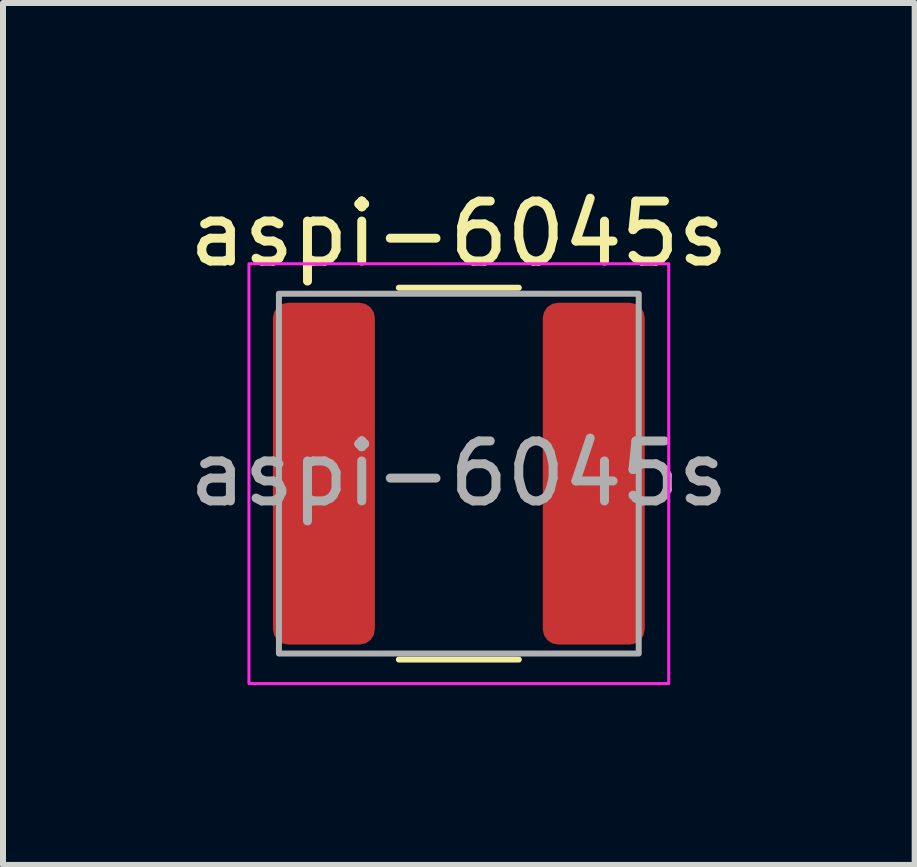
<source format=kicad_pcb>
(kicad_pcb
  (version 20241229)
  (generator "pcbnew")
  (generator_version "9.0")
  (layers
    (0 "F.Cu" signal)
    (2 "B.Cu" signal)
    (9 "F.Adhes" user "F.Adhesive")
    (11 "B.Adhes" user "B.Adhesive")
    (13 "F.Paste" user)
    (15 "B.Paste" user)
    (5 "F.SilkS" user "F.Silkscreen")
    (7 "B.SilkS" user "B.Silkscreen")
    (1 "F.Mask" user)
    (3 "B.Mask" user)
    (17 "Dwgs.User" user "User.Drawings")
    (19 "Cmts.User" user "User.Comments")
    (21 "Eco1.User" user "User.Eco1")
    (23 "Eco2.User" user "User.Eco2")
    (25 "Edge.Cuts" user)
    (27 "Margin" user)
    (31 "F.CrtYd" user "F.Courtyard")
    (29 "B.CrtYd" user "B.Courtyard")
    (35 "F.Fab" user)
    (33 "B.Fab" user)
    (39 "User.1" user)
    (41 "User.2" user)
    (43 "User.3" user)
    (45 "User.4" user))
  (footprint "aspi-6045s"
    (layer "F.Cu")
    (at 4.601 4.848)
    (property "Reference" "aspi-6045s" (at 0 -4 0) (unlocked yes) (layer "F.SilkS") (effects (font (size 1 1) (thickness 0.15))))
    (attr smd)
    (fp_line (start -1 -3.1) (end 1 -3.1) (stroke (width 0.1) (type default)) (layer "F.SilkS"))
    (fp_line (start -1 3.1) (end 1 3.1) (stroke (width 0.1) (type default)) (layer "F.SilkS"))
    (fp_rect (start -3.5 -3.5) (end 3.5 3.5) (stroke (width 0.05) (type solid)) (fill no) (layer "F.CrtYd"))
    (fp_rect (start -3 -3) (end 3 3) (stroke (width 0.1) (type solid)) (fill no) (layer "F.Fab"))
    (fp_text user "${REFERENCE}" (at 0 0 0) (unlocked yes) (layer "F.Fab") (effects (font (size 1 1) (thickness 0.15))))
    (pad "1" smd roundrect (at -2.25 0) (size 1.7 5.7) (layers "F.Cu" "F.Mask" "F.Paste") (roundrect_rratio 0.15))
    (pad "2" smd roundrect (at 2.25 0) (size 1.7 5.7) (layers "F.Cu" "F.Mask" "F.Paste") (roundrect_rratio 0.15)))
  (gr_rect
    (start -3 -3)
    (end 12.202 11.373)
    (stroke (width 0.1) (type default))
    (fill no)
    (layer "Edge.Cuts")))
</source>
